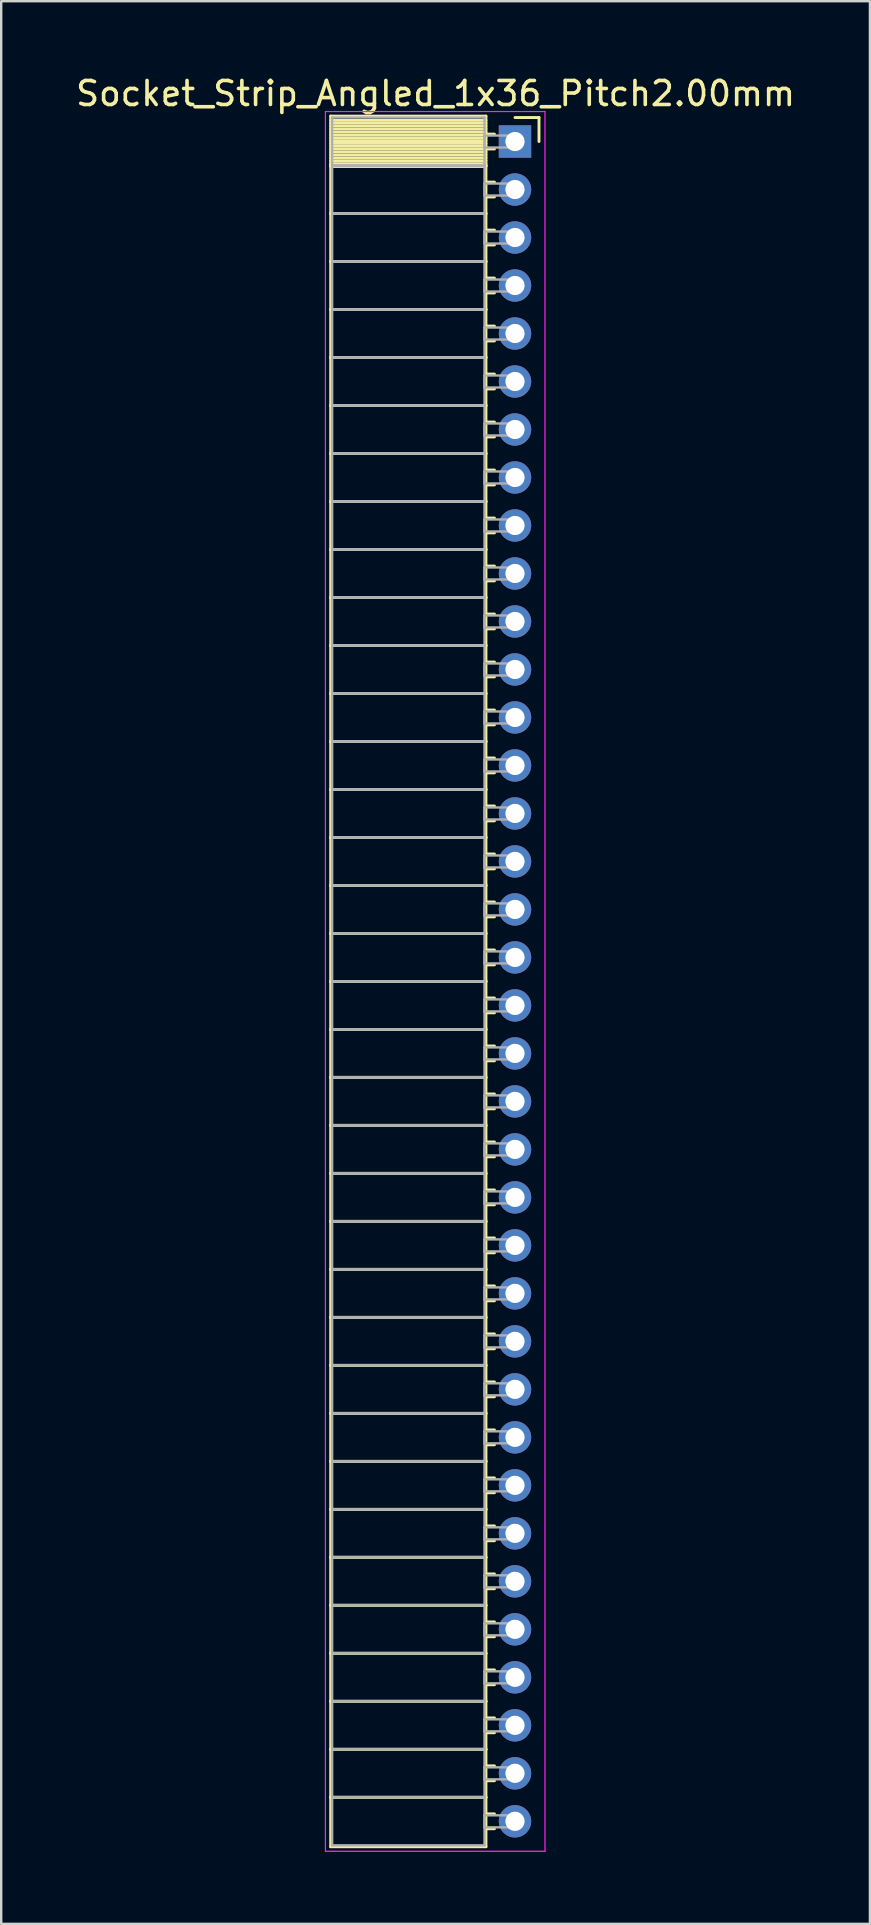
<source format=kicad_pcb>
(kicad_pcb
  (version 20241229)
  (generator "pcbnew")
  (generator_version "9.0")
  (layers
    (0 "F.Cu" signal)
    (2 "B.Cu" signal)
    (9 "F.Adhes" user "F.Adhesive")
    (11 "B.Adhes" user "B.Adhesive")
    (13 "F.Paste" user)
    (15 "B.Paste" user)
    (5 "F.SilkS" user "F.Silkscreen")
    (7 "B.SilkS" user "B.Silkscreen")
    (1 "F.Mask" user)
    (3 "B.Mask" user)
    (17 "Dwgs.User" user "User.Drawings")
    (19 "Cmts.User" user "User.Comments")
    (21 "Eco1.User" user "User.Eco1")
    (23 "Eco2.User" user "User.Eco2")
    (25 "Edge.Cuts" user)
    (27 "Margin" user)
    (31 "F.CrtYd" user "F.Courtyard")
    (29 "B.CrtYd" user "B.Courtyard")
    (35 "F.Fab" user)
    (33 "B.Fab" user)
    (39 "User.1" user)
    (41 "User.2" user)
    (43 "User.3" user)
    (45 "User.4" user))
  (footprint "Socket_Strip_Angled_1x36_Pitch2.00mm"
    (layer "F.Cu")
    (at 18.411 2.848)
    (property "Reference" "Socket_Strip_Angled_1x36_Pitch2.00mm" (at -3.31 -2 0) (layer "F.SilkS") (effects (font (size 1 1) (thickness 0.15))))
    (attr through_hole)
    (fp_line (start -7.68 -1.06) (end -1.21 -1.06) (stroke (width 0.12) (type solid)) (layer "F.SilkS"))
    (fp_line (start -7.68 1) (end -7.68 -1.06) (stroke (width 0.12) (type solid)) (layer "F.SilkS"))
    (fp_line (start -7.68 1) (end -1.21 1) (stroke (width 0.12) (type solid)) (layer "F.SilkS"))
    (fp_line (start -7.68 3) (end -7.68 1) (stroke (width 0.12) (type solid)) (layer "F.SilkS"))
    (fp_line (start -7.68 3) (end -1.21 3) (stroke (width 0.12) (type solid)) (layer "F.SilkS"))
    (fp_line (start -7.68 5) (end -7.68 3) (stroke (width 0.12) (type solid)) (layer "F.SilkS"))
    (fp_line (start -7.68 5) (end -1.21 5) (stroke (width 0.12) (type solid)) (layer "F.SilkS"))
    (fp_line (start -7.68 7) (end -7.68 5) (stroke (width 0.12) (type solid)) (layer "F.SilkS"))
    (fp_line (start -7.68 7) (end -1.21 7) (stroke (width 0.12) (type solid)) (layer "F.SilkS"))
    (fp_line (start -7.68 9) (end -7.68 7) (stroke (width 0.12) (type solid)) (layer "F.SilkS"))
    (fp_line (start -7.68 9) (end -1.21 9) (stroke (width 0.12) (type solid)) (layer "F.SilkS"))
    (fp_line (start -7.68 11) (end -7.68 9) (stroke (width 0.12) (type solid)) (layer "F.SilkS"))
    (fp_line (start -7.68 11) (end -1.21 11) (stroke (width 0.12) (type solid)) (layer "F.SilkS"))
    (fp_line (start -7.68 13) (end -7.68 11) (stroke (width 0.12) (type solid)) (layer "F.SilkS"))
    (fp_line (start -7.68 13) (end -1.21 13) (stroke (width 0.12) (type solid)) (layer "F.SilkS"))
    (fp_line (start -7.68 15) (end -7.68 13) (stroke (width 0.12) (type solid)) (layer "F.SilkS"))
    (fp_line (start -7.68 15) (end -1.21 15) (stroke (width 0.12) (type solid)) (layer "F.SilkS"))
    (fp_line (start -7.68 17) (end -7.68 15) (stroke (width 0.12) (type solid)) (layer "F.SilkS"))
    (fp_line (start -7.68 17) (end -1.21 17) (stroke (width 0.12) (type solid)) (layer "F.SilkS"))
    (fp_line (start -7.68 19) (end -7.68 17) (stroke (width 0.12) (type solid)) (layer "F.SilkS"))
    (fp_line (start -7.68 19) (end -1.21 19) (stroke (width 0.12) (type solid)) (layer "F.SilkS"))
    (fp_line (start -7.68 21) (end -7.68 19) (stroke (width 0.12) (type solid)) (layer "F.SilkS"))
    (fp_line (start -7.68 21) (end -1.21 21) (stroke (width 0.12) (type solid)) (layer "F.SilkS"))
    (fp_line (start -7.68 23) (end -7.68 21) (stroke (width 0.12) (type solid)) (layer "F.SilkS"))
    (fp_line (start -7.68 23) (end -1.21 23) (stroke (width 0.12) (type solid)) (layer "F.SilkS"))
    (fp_line (start -7.68 25) (end -7.68 23) (stroke (width 0.12) (type solid)) (layer "F.SilkS"))
    (fp_line (start -7.68 25) (end -1.21 25) (stroke (width 0.12) (type solid)) (layer "F.SilkS"))
    (fp_line (start -7.68 27) (end -7.68 25) (stroke (width 0.12) (type solid)) (layer "F.SilkS"))
    (fp_line (start -7.68 27) (end -1.21 27) (stroke (width 0.12) (type solid)) (layer "F.SilkS"))
    (fp_line (start -7.68 29) (end -7.68 27) (stroke (width 0.12) (type solid)) (layer "F.SilkS"))
    (fp_line (start -7.68 29) (end -1.21 29) (stroke (width 0.12) (type solid)) (layer "F.SilkS"))
    (fp_line (start -7.68 31) (end -7.68 29) (stroke (width 0.12) (type solid)) (layer "F.SilkS"))
    (fp_line (start -7.68 31) (end -1.21 31) (stroke (width 0.12) (type solid)) (layer "F.SilkS"))
    (fp_line (start -7.68 33) (end -7.68 31) (stroke (width 0.12) (type solid)) (layer "F.SilkS"))
    (fp_line (start -7.68 33) (end -1.21 33) (stroke (width 0.12) (type solid)) (layer "F.SilkS"))
    (fp_line (start -7.68 35) (end -7.68 33) (stroke (width 0.12) (type solid)) (layer "F.SilkS"))
    (fp_line (start -7.68 35) (end -1.21 35) (stroke (width 0.12) (type solid)) (layer "F.SilkS"))
    (fp_line (start -7.68 37) (end -7.68 35) (stroke (width 0.12) (type solid)) (layer "F.SilkS"))
    (fp_line (start -7.68 37) (end -1.21 37) (stroke (width 0.12) (type solid)) (layer "F.SilkS"))
    (fp_line (start -7.68 39) (end -7.68 37) (stroke (width 0.12) (type solid)) (layer "F.SilkS"))
    (fp_line (start -7.68 39) (end -1.21 39) (stroke (width 0.12) (type solid)) (layer "F.SilkS"))
    (fp_line (start -7.68 41) (end -7.68 39) (stroke (width 0.12) (type solid)) (layer "F.SilkS"))
    (fp_line (start -7.68 41) (end -1.21 41) (stroke (width 0.12) (type solid)) (layer "F.SilkS"))
    (fp_line (start -7.68 43) (end -7.68 41) (stroke (width 0.12) (type solid)) (layer "F.SilkS"))
    (fp_line (start -7.68 43) (end -1.21 43) (stroke (width 0.12) (type solid)) (layer "F.SilkS"))
    (fp_line (start -7.68 45) (end -7.68 43) (stroke (width 0.12) (type solid)) (layer "F.SilkS"))
    (fp_line (start -7.68 45) (end -1.21 45) (stroke (width 0.12) (type solid)) (layer "F.SilkS"))
    (fp_line (start -7.68 47) (end -7.68 45) (stroke (width 0.12) (type solid)) (layer "F.SilkS"))
    (fp_line (start -7.68 47) (end -1.21 47) (stroke (width 0.12) (type solid)) (layer "F.SilkS"))
    (fp_line (start -7.68 49) (end -7.68 47) (stroke (width 0.12) (type solid)) (layer "F.SilkS"))
    (fp_line (start -7.68 49) (end -1.21 49) (stroke (width 0.12) (type solid)) (layer "F.SilkS"))
    (fp_line (start -7.68 51) (end -7.68 49) (stroke (width 0.12) (type solid)) (layer "F.SilkS"))
    (fp_line (start -7.68 51) (end -1.21 51) (stroke (width 0.12) (type solid)) (layer "F.SilkS"))
    (fp_line (start -7.68 53) (end -7.68 51) (stroke (width 0.12) (type solid)) (layer "F.SilkS"))
    (fp_line (start -7.68 53) (end -1.21 53) (stroke (width 0.12) (type solid)) (layer "F.SilkS"))
    (fp_line (start -7.68 55) (end -7.68 53) (stroke (width 0.12) (type solid)) (layer "F.SilkS"))
    (fp_line (start -7.68 55) (end -1.21 55) (stroke (width 0.12) (type solid)) (layer "F.SilkS"))
    (fp_line (start -7.68 57) (end -7.68 55) (stroke (width 0.12) (type solid)) (layer "F.SilkS"))
    (fp_line (start -7.68 57) (end -1.21 57) (stroke (width 0.12) (type solid)) (layer "F.SilkS"))
    (fp_line (start -7.68 59) (end -7.68 57) (stroke (width 0.12) (type solid)) (layer "F.SilkS"))
    (fp_line (start -7.68 59) (end -1.21 59) (stroke (width 0.12) (type solid)) (layer "F.SilkS"))
    (fp_line (start -7.68 61) (end -7.68 59) (stroke (width 0.12) (type solid)) (layer "F.SilkS"))
    (fp_line (start -7.68 61) (end -1.21 61) (stroke (width 0.12) (type solid)) (layer "F.SilkS"))
    (fp_line (start -7.68 63) (end -7.68 61) (stroke (width 0.12) (type solid)) (layer "F.SilkS"))
    (fp_line (start -7.68 63) (end -1.21 63) (stroke (width 0.12) (type solid)) (layer "F.SilkS"))
    (fp_line (start -7.68 65) (end -7.68 63) (stroke (width 0.12) (type solid)) (layer "F.SilkS"))
    (fp_line (start -7.68 65) (end -1.21 65) (stroke (width 0.12) (type solid)) (layer "F.SilkS"))
    (fp_line (start -7.68 67) (end -7.68 65) (stroke (width 0.12) (type solid)) (layer "F.SilkS"))
    (fp_line (start -7.68 67) (end -1.21 67) (stroke (width 0.12) (type solid)) (layer "F.SilkS"))
    (fp_line (start -7.68 69) (end -7.68 67) (stroke (width 0.12) (type solid)) (layer "F.SilkS"))
    (fp_line (start -7.68 69) (end -1.21 69) (stroke (width 0.12) (type solid)) (layer "F.SilkS"))
    (fp_line (start -7.68 71.06) (end -7.68 69) (stroke (width 0.12) (type solid)) (layer "F.SilkS"))
    (fp_line (start -1.21 -1.06) (end -1.21 1) (stroke (width 0.12) (type solid)) (layer "F.SilkS"))
    (fp_line (start -1.21 -0.88) (end -7.68 -0.88) (stroke (width 0.12) (type solid)) (layer "F.SilkS"))
    (fp_line (start -1.21 -0.76) (end -7.68 -0.76) (stroke (width 0.12) (type solid)) (layer "F.SilkS"))
    (fp_line (start -1.21 -0.64) (end -7.68 -0.64) (stroke (width 0.12) (type solid)) (layer "F.SilkS"))
    (fp_line (start -1.21 -0.52) (end -7.68 -0.52) (stroke (width 0.12) (type solid)) (layer "F.SilkS"))
    (fp_line (start -1.21 -0.4) (end -7.68 -0.4) (stroke (width 0.12) (type solid)) (layer "F.SilkS"))
    (fp_line (start -1.21 -0.28) (end -7.68 -0.28) (stroke (width 0.12) (type solid)) (layer "F.SilkS"))
    (fp_line (start -1.21 -0.16) (end -7.68 -0.16) (stroke (width 0.12) (type solid)) (layer "F.SilkS"))
    (fp_line (start -1.21 -0.04) (end -7.68 -0.04) (stroke (width 0.12) (type solid)) (layer "F.SilkS"))
    (fp_line (start -1.21 0.08) (end -7.68 0.08) (stroke (width 0.12) (type solid)) (layer "F.SilkS"))
    (fp_line (start -1.21 0.2) (end -7.68 0.2) (stroke (width 0.12) (type solid)) (layer "F.SilkS"))
    (fp_line (start -1.21 0.32) (end -7.68 0.32) (stroke (width 0.12) (type solid)) (layer "F.SilkS"))
    (fp_line (start -1.21 0.44) (end -7.68 0.44) (stroke (width 0.12) (type solid)) (layer "F.SilkS"))
    (fp_line (start -1.21 0.56) (end -7.68 0.56) (stroke (width 0.12) (type solid)) (layer "F.SilkS"))
    (fp_line (start -1.21 0.68) (end -7.68 0.68) (stroke (width 0.12) (type solid)) (layer "F.SilkS"))
    (fp_line (start -1.21 0.8) (end -7.68 0.8) (stroke (width 0.12) (type solid)) (layer "F.SilkS"))
    (fp_line (start -1.21 0.92) (end -7.68 0.92) (stroke (width 0.12) (type solid)) (layer "F.SilkS"))
    (fp_line (start -1.21 1) (end -7.68 1) (stroke (width 0.12) (type solid)) (layer "F.SilkS"))
    (fp_line (start -1.21 1) (end -1.21 3) (stroke (width 0.12) (type solid)) (layer "F.SilkS"))
    (fp_line (start -1.21 1.04) (end -7.68 1.04) (stroke (width 0.12) (type solid)) (layer "F.SilkS"))
    (fp_line (start -1.21 3) (end -7.68 3) (stroke (width 0.12) (type solid)) (layer "F.SilkS"))
    (fp_line (start -1.21 3) (end -1.21 5) (stroke (width 0.12) (type solid)) (layer "F.SilkS"))
    (fp_line (start -1.21 5) (end -7.68 5) (stroke (width 0.12) (type solid)) (layer "F.SilkS"))
    (fp_line (start -1.21 5) (end -1.21 7) (stroke (width 0.12) (type solid)) (layer "F.SilkS"))
    (fp_line (start -1.21 7) (end -7.68 7) (stroke (width 0.12) (type solid)) (layer "F.SilkS"))
    (fp_line (start -1.21 7) (end -1.21 9) (stroke (width 0.12) (type solid)) (layer "F.SilkS"))
    (fp_line (start -1.21 9) (end -7.68 9) (stroke (width 0.12) (type solid)) (layer "F.SilkS"))
    (fp_line (start -1.21 9) (end -1.21 11) (stroke (width 0.12) (type solid)) (layer "F.SilkS"))
    (fp_line (start -1.21 11) (end -7.68 11) (stroke (width 0.12) (type solid)) (layer "F.SilkS"))
    (fp_line (start -1.21 11) (end -1.21 13) (stroke (width 0.12) (type solid)) (layer "F.SilkS"))
    (fp_line (start -1.21 13) (end -7.68 13) (stroke (width 0.12) (type solid)) (layer "F.SilkS"))
    (fp_line (start -1.21 13) (end -1.21 15) (stroke (width 0.12) (type solid)) (layer "F.SilkS"))
    (fp_line (start -1.21 15) (end -7.68 15) (stroke (width 0.12) (type solid)) (layer "F.SilkS"))
    (fp_line (start -1.21 15) (end -1.21 17) (stroke (width 0.12) (type solid)) (layer "F.SilkS"))
    (fp_line (start -1.21 17) (end -7.68 17) (stroke (width 0.12) (type solid)) (layer "F.SilkS"))
    (fp_line (start -1.21 17) (end -1.21 19) (stroke (width 0.12) (type solid)) (layer "F.SilkS"))
    (fp_line (start -1.21 19) (end -7.68 19) (stroke (width 0.12) (type solid)) (layer "F.SilkS"))
    (fp_line (start -1.21 19) (end -1.21 21) (stroke (width 0.12) (type solid)) (layer "F.SilkS"))
    (fp_line (start -1.21 21) (end -7.68 21) (stroke (width 0.12) (type solid)) (layer "F.SilkS"))
    (fp_line (start -1.21 21) (end -1.21 23) (stroke (width 0.12) (type solid)) (layer "F.SilkS"))
    (fp_line (start -1.21 23) (end -7.68 23) (stroke (width 0.12) (type solid)) (layer "F.SilkS"))
    (fp_line (start -1.21 23) (end -1.21 25) (stroke (width 0.12) (type solid)) (layer "F.SilkS"))
    (fp_line (start -1.21 25) (end -7.68 25) (stroke (width 0.12) (type solid)) (layer "F.SilkS"))
    (fp_line (start -1.21 25) (end -1.21 27) (stroke (width 0.12) (type solid)) (layer "F.SilkS"))
    (fp_line (start -1.21 27) (end -7.68 27) (stroke (width 0.12) (type solid)) (layer "F.SilkS"))
    (fp_line (start -1.21 27) (end -1.21 29) (stroke (width 0.12) (type solid)) (layer "F.SilkS"))
    (fp_line (start -1.21 29) (end -7.68 29) (stroke (width 0.12) (type solid)) (layer "F.SilkS"))
    (fp_line (start -1.21 29) (end -1.21 31) (stroke (width 0.12) (type solid)) (layer "F.SilkS"))
    (fp_line (start -1.21 31) (end -7.68 31) (stroke (width 0.12) (type solid)) (layer "F.SilkS"))
    (fp_line (start -1.21 31) (end -1.21 33) (stroke (width 0.12) (type solid)) (layer "F.SilkS"))
    (fp_line (start -1.21 33) (end -7.68 33) (stroke (width 0.12) (type solid)) (layer "F.SilkS"))
    (fp_line (start -1.21 33) (end -1.21 35) (stroke (width 0.12) (type solid)) (layer "F.SilkS"))
    (fp_line (start -1.21 35) (end -7.68 35) (stroke (width 0.12) (type solid)) (layer "F.SilkS"))
    (fp_line (start -1.21 35) (end -1.21 37) (stroke (width 0.12) (type solid)) (layer "F.SilkS"))
    (fp_line (start -1.21 37) (end -7.68 37) (stroke (width 0.12) (type solid)) (layer "F.SilkS"))
    (fp_line (start -1.21 37) (end -1.21 39) (stroke (width 0.12) (type solid)) (layer "F.SilkS"))
    (fp_line (start -1.21 39) (end -7.68 39) (stroke (width 0.12) (type solid)) (layer "F.SilkS"))
    (fp_line (start -1.21 39) (end -1.21 41) (stroke (width 0.12) (type solid)) (layer "F.SilkS"))
    (fp_line (start -1.21 41) (end -7.68 41) (stroke (width 0.12) (type solid)) (layer "F.SilkS"))
    (fp_line (start -1.21 41) (end -1.21 43) (stroke (width 0.12) (type solid)) (layer "F.SilkS"))
    (fp_line (start -1.21 43) (end -7.68 43) (stroke (width 0.12) (type solid)) (layer "F.SilkS"))
    (fp_line (start -1.21 43) (end -1.21 45) (stroke (width 0.12) (type solid)) (layer "F.SilkS"))
    (fp_line (start -1.21 45) (end -7.68 45) (stroke (width 0.12) (type solid)) (layer "F.SilkS"))
    (fp_line (start -1.21 45) (end -1.21 47) (stroke (width 0.12) (type solid)) (layer "F.SilkS"))
    (fp_line (start -1.21 47) (end -7.68 47) (stroke (width 0.12) (type solid)) (layer "F.SilkS"))
    (fp_line (start -1.21 47) (end -1.21 49) (stroke (width 0.12) (type solid)) (layer "F.SilkS"))
    (fp_line (start -1.21 49) (end -7.68 49) (stroke (width 0.12) (type solid)) (layer "F.SilkS"))
    (fp_line (start -1.21 49) (end -1.21 51) (stroke (width 0.12) (type solid)) (layer "F.SilkS"))
    (fp_line (start -1.21 51) (end -7.68 51) (stroke (width 0.12) (type solid)) (layer "F.SilkS"))
    (fp_line (start -1.21 51) (end -1.21 53) (stroke (width 0.12) (type solid)) (layer "F.SilkS"))
    (fp_line (start -1.21 53) (end -7.68 53) (stroke (width 0.12) (type solid)) (layer "F.SilkS"))
    (fp_line (start -1.21 53) (end -1.21 55) (stroke (width 0.12) (type solid)) (layer "F.SilkS"))
    (fp_line (start -1.21 55) (end -7.68 55) (stroke (width 0.12) (type solid)) (layer "F.SilkS"))
    (fp_line (start -1.21 55) (end -1.21 57) (stroke (width 0.12) (type solid)) (layer "F.SilkS"))
    (fp_line (start -1.21 57) (end -7.68 57) (stroke (width 0.12) (type solid)) (layer "F.SilkS"))
    (fp_line (start -1.21 57) (end -1.21 59) (stroke (width 0.12) (type solid)) (layer "F.SilkS"))
    (fp_line (start -1.21 59) (end -7.68 59) (stroke (width 0.12) (type solid)) (layer "F.SilkS"))
    (fp_line (start -1.21 59) (end -1.21 61) (stroke (width 0.12) (type solid)) (layer "F.SilkS"))
    (fp_line (start -1.21 61) (end -7.68 61) (stroke (width 0.12) (type solid)) (layer "F.SilkS"))
    (fp_line (start -1.21 61) (end -1.21 63) (stroke (width 0.12) (type solid)) (layer "F.SilkS"))
    (fp_line (start -1.21 63) (end -7.68 63) (stroke (width 0.12) (type solid)) (layer "F.SilkS"))
    (fp_line (start -1.21 63) (end -1.21 65) (stroke (width 0.12) (type solid)) (layer "F.SilkS"))
    (fp_line (start -1.21 65) (end -7.68 65) (stroke (width 0.12) (type solid)) (layer "F.SilkS"))
    (fp_line (start -1.21 65) (end -1.21 67) (stroke (width 0.12) (type solid)) (layer "F.SilkS"))
    (fp_line (start -1.21 67) (end -7.68 67) (stroke (width 0.12) (type solid)) (layer "F.SilkS"))
    (fp_line (start -1.21 67) (end -1.21 69) (stroke (width 0.12) (type solid)) (layer "F.SilkS"))
    (fp_line (start -1.21 69) (end -7.68 69) (stroke (width 0.12) (type solid)) (layer "F.SilkS"))
    (fp_line (start -1.21 69) (end -1.21 71.06) (stroke (width 0.12) (type solid)) (layer "F.SilkS"))
    (fp_line (start -1.21 71.06) (end -7.68 71.06) (stroke (width 0.12) (type solid)) (layer "F.SilkS"))
    (fp_line (start -0.855 -0.31) (end -1.21 -0.31) (stroke (width 0.12) (type solid)) (layer "F.SilkS"))
    (fp_line (start -0.855 0.31) (end -1.21 0.31) (stroke (width 0.12) (type solid)) (layer "F.SilkS"))
    (fp_line (start -0.855 1.69) (end -1.21 1.69) (stroke (width 0.12) (type solid)) (layer "F.SilkS"))
    (fp_line (start -0.855 2.31) (end -1.21 2.31) (stroke (width 0.12) (type solid)) (layer "F.SilkS"))
    (fp_line (start -0.855 3.69) (end -1.21 3.69) (stroke (width 0.12) (type solid)) (layer "F.SilkS"))
    (fp_line (start -0.855 4.31) (end -1.21 4.31) (stroke (width 0.12) (type solid)) (layer "F.SilkS"))
    (fp_line (start -0.855 5.69) (end -1.21 5.69) (stroke (width 0.12) (type solid)) (layer "F.SilkS"))
    (fp_line (start -0.855 6.31) (end -1.21 6.31) (stroke (width 0.12) (type solid)) (layer "F.SilkS"))
    (fp_line (start -0.855 7.69) (end -1.21 7.69) (stroke (width 0.12) (type solid)) (layer "F.SilkS"))
    (fp_line (start -0.855 8.31) (end -1.21 8.31) (stroke (width 0.12) (type solid)) (layer "F.SilkS"))
    (fp_line (start -0.855 9.69) (end -1.21 9.69) (stroke (width 0.12) (type solid)) (layer "F.SilkS"))
    (fp_line (start -0.855 10.31) (end -1.21 10.31) (stroke (width 0.12) (type solid)) (layer "F.SilkS"))
    (fp_line (start -0.855 11.69) (end -1.21 11.69) (stroke (width 0.12) (type solid)) (layer "F.SilkS"))
    (fp_line (start -0.855 12.31) (end -1.21 12.31) (stroke (width 0.12) (type solid)) (layer "F.SilkS"))
    (fp_line (start -0.855 13.69) (end -1.21 13.69) (stroke (width 0.12) (type solid)) (layer "F.SilkS"))
    (fp_line (start -0.855 14.31) (end -1.21 14.31) (stroke (width 0.12) (type solid)) (layer "F.SilkS"))
    (fp_line (start -0.855 15.69) (end -1.21 15.69) (stroke (width 0.12) (type solid)) (layer "F.SilkS"))
    (fp_line (start -0.855 16.31) (end -1.21 16.31) (stroke (width 0.12) (type solid)) (layer "F.SilkS"))
    (fp_line (start -0.855 17.69) (end -1.21 17.69) (stroke (width 0.12) (type solid)) (layer "F.SilkS"))
    (fp_line (start -0.855 18.31) (end -1.21 18.31) (stroke (width 0.12) (type solid)) (layer "F.SilkS"))
    (fp_line (start -0.855 19.69) (end -1.21 19.69) (stroke (width 0.12) (type solid)) (layer "F.SilkS"))
    (fp_line (start -0.855 20.31) (end -1.21 20.31) (stroke (width 0.12) (type solid)) (layer "F.SilkS"))
    (fp_line (start -0.855 21.69) (end -1.21 21.69) (stroke (width 0.12) (type solid)) (layer "F.SilkS"))
    (fp_line (start -0.855 22.31) (end -1.21 22.31) (stroke (width 0.12) (type solid)) (layer "F.SilkS"))
    (fp_line (start -0.855 23.69) (end -1.21 23.69) (stroke (width 0.12) (type solid)) (layer "F.SilkS"))
    (fp_line (start -0.855 24.31) (end -1.21 24.31) (stroke (width 0.12) (type solid)) (layer "F.SilkS"))
    (fp_line (start -0.855 25.69) (end -1.21 25.69) (stroke (width 0.12) (type solid)) (layer "F.SilkS"))
    (fp_line (start -0.855 26.31) (end -1.21 26.31) (stroke (width 0.12) (type solid)) (layer "F.SilkS"))
    (fp_line (start -0.855 27.69) (end -1.21 27.69) (stroke (width 0.12) (type solid)) (layer "F.SilkS"))
    (fp_line (start -0.855 28.31) (end -1.21 28.31) (stroke (width 0.12) (type solid)) (layer "F.SilkS"))
    (fp_line (start -0.855 29.69) (end -1.21 29.69) (stroke (width 0.12) (type solid)) (layer "F.SilkS"))
    (fp_line (start -0.855 30.31) (end -1.21 30.31) (stroke (width 0.12) (type solid)) (layer "F.SilkS"))
    (fp_line (start -0.855 31.69) (end -1.21 31.69) (stroke (width 0.12) (type solid)) (layer "F.SilkS"))
    (fp_line (start -0.855 32.31) (end -1.21 32.31) (stroke (width 0.12) (type solid)) (layer "F.SilkS"))
    (fp_line (start -0.855 33.69) (end -1.21 33.69) (stroke (width 0.12) (type solid)) (layer "F.SilkS"))
    (fp_line (start -0.855 34.31) (end -1.21 34.31) (stroke (width 0.12) (type solid)) (layer "F.SilkS"))
    (fp_line (start -0.855 35.69) (end -1.21 35.69) (stroke (width 0.12) (type solid)) (layer "F.SilkS"))
    (fp_line (start -0.855 36.31) (end -1.21 36.31) (stroke (width 0.12) (type solid)) (layer "F.SilkS"))
    (fp_line (start -0.855 37.69) (end -1.21 37.69) (stroke (width 0.12) (type solid)) (layer "F.SilkS"))
    (fp_line (start -0.855 38.31) (end -1.21 38.31) (stroke (width 0.12) (type solid)) (layer "F.SilkS"))
    (fp_line (start -0.855 39.69) (end -1.21 39.69) (stroke (width 0.12) (type solid)) (layer "F.SilkS"))
    (fp_line (start -0.855 40.31) (end -1.21 40.31) (stroke (width 0.12) (type solid)) (layer "F.SilkS"))
    (fp_line (start -0.855 41.69) (end -1.21 41.69) (stroke (width 0.12) (type solid)) (layer "F.SilkS"))
    (fp_line (start -0.855 42.31) (end -1.21 42.31) (stroke (width 0.12) (type solid)) (layer "F.SilkS"))
    (fp_line (start -0.855 43.69) (end -1.21 43.69) (stroke (width 0.12) (type solid)) (layer "F.SilkS"))
    (fp_line (start -0.855 44.31) (end -1.21 44.31) (stroke (width 0.12) (type solid)) (layer "F.SilkS"))
    (fp_line (start -0.855 45.69) (end -1.21 45.69) (stroke (width 0.12) (type solid)) (layer "F.SilkS"))
    (fp_line (start -0.855 46.31) (end -1.21 46.31) (stroke (width 0.12) (type solid)) (layer "F.SilkS"))
    (fp_line (start -0.855 47.69) (end -1.21 47.69) (stroke (width 0.12) (type solid)) (layer "F.SilkS"))
    (fp_line (start -0.855 48.31) (end -1.21 48.31) (stroke (width 0.12) (type solid)) (layer "F.SilkS"))
    (fp_line (start -0.855 49.69) (end -1.21 49.69) (stroke (width 0.12) (type solid)) (layer "F.SilkS"))
    (fp_line (start -0.855 50.31) (end -1.21 50.31) (stroke (width 0.12) (type solid)) (layer "F.SilkS"))
    (fp_line (start -0.855 51.69) (end -1.21 51.69) (stroke (width 0.12) (type solid)) (layer "F.SilkS"))
    (fp_line (start -0.855 52.31) (end -1.21 52.31) (stroke (width 0.12) (type solid)) (layer "F.SilkS"))
    (fp_line (start -0.855 53.69) (end -1.21 53.69) (stroke (width 0.12) (type solid)) (layer "F.SilkS"))
    (fp_line (start -0.855 54.31) (end -1.21 54.31) (stroke (width 0.12) (type solid)) (layer "F.SilkS"))
    (fp_line (start -0.855 55.69) (end -1.21 55.69) (stroke (width 0.12) (type solid)) (layer "F.SilkS"))
    (fp_line (start -0.855 56.31) (end -1.21 56.31) (stroke (width 0.12) (type solid)) (layer "F.SilkS"))
    (fp_line (start -0.855 57.69) (end -1.21 57.69) (stroke (width 0.12) (type solid)) (layer "F.SilkS"))
    (fp_line (start -0.855 58.31) (end -1.21 58.31) (stroke (width 0.12) (type solid)) (layer "F.SilkS"))
    (fp_line (start -0.855 59.69) (end -1.21 59.69) (stroke (width 0.12) (type solid)) (layer "F.SilkS"))
    (fp_line (start -0.855 60.31) (end -1.21 60.31) (stroke (width 0.12) (type solid)) (layer "F.SilkS"))
    (fp_line (start -0.855 61.69) (end -1.21 61.69) (stroke (width 0.12) (type solid)) (layer "F.SilkS"))
    (fp_line (start -0.855 62.31) (end -1.21 62.31) (stroke (width 0.12) (type solid)) (layer "F.SilkS"))
    (fp_line (start -0.855 63.69) (end -1.21 63.69) (stroke (width 0.12) (type solid)) (layer "F.SilkS"))
    (fp_line (start -0.855 64.31) (end -1.21 64.31) (stroke (width 0.12) (type solid)) (layer "F.SilkS"))
    (fp_line (start -0.855 65.69) (end -1.21 65.69) (stroke (width 0.12) (type solid)) (layer "F.SilkS"))
    (fp_line (start -0.855 66.31) (end -1.21 66.31) (stroke (width 0.12) (type solid)) (layer "F.SilkS"))
    (fp_line (start -0.855 67.69) (end -1.21 67.69) (stroke (width 0.12) (type solid)) (layer "F.SilkS"))
    (fp_line (start -0.855 68.31) (end -1.21 68.31) (stroke (width 0.12) (type solid)) (layer "F.SilkS"))
    (fp_line (start -0.855 69.69) (end -1.21 69.69) (stroke (width 0.12) (type solid)) (layer "F.SilkS"))
    (fp_line (start -0.855 70.31) (end -1.21 70.31) (stroke (width 0.12) (type solid)) (layer "F.SilkS"))
    (fp_line (start 0 -1) (end 1 -1) (stroke (width 0.12) (type solid)) (layer "F.SilkS"))
    (fp_line (start 1 -1) (end 1 0) (stroke (width 0.12) (type solid)) (layer "F.SilkS"))
    (fp_line (start -7.9 -1.25) (end 1.25 -1.25) (stroke (width 0.05) (type solid)) (layer "F.CrtYd"))
    (fp_line (start -7.9 71.25) (end -7.9 -1.25) (stroke (width 0.05) (type solid)) (layer "F.CrtYd"))
    (fp_line (start 1.25 -1.25) (end 1.25 71.25) (stroke (width 0.05) (type solid)) (layer "F.CrtYd"))
    (fp_line (start 1.25 71.25) (end -7.9 71.25) (stroke (width 0.05) (type solid)) (layer "F.CrtYd"))
    (fp_line (start -7.62 -1) (end -1.27 -1) (stroke (width 0.1) (type solid)) (layer "F.Fab"))
    (fp_line (start -7.62 1) (end -7.62 -1) (stroke (width 0.1) (type solid)) (layer "F.Fab"))
    (fp_line (start -7.62 1) (end -1.27 1) (stroke (width 0.1) (type solid)) (layer "F.Fab"))
    (fp_line (start -7.62 3) (end -7.62 1) (stroke (width 0.1) (type solid)) (layer "F.Fab"))
    (fp_line (start -7.62 3) (end -1.27 3) (stroke (width 0.1) (type solid)) (layer "F.Fab"))
    (fp_line (start -7.62 5) (end -7.62 3) (stroke (width 0.1) (type solid)) (layer "F.Fab"))
    (fp_line (start -7.62 5) (end -1.27 5) (stroke (width 0.1) (type solid)) (layer "F.Fab"))
    (fp_line (start -7.62 7) (end -7.62 5) (stroke (width 0.1) (type solid)) (layer "F.Fab"))
    (fp_line (start -7.62 7) (end -1.27 7) (stroke (width 0.1) (type solid)) (layer "F.Fab"))
    (fp_line (start -7.62 9) (end -7.62 7) (stroke (width 0.1) (type solid)) (layer "F.Fab"))
    (fp_line (start -7.62 9) (end -1.27 9) (stroke (width 0.1) (type solid)) (layer "F.Fab"))
    (fp_line (start -7.62 11) (end -7.62 9) (stroke (width 0.1) (type solid)) (layer "F.Fab"))
    (fp_line (start -7.62 11) (end -1.27 11) (stroke (width 0.1) (type solid)) (layer "F.Fab"))
    (fp_line (start -7.62 13) (end -7.62 11) (stroke (width 0.1) (type solid)) (layer "F.Fab"))
    (fp_line (start -7.62 13) (end -1.27 13) (stroke (width 0.1) (type solid)) (layer "F.Fab"))
    (fp_line (start -7.62 15) (end -7.62 13) (stroke (width 0.1) (type solid)) (layer "F.Fab"))
    (fp_line (start -7.62 15) (end -1.27 15) (stroke (width 0.1) (type solid)) (layer "F.Fab"))
    (fp_line (start -7.62 17) (end -7.62 15) (stroke (width 0.1) (type solid)) (layer "F.Fab"))
    (fp_line (start -7.62 17) (end -1.27 17) (stroke (width 0.1) (type solid)) (layer "F.Fab"))
    (fp_line (start -7.62 19) (end -7.62 17) (stroke (width 0.1) (type solid)) (layer "F.Fab"))
    (fp_line (start -7.62 19) (end -1.27 19) (stroke (width 0.1) (type solid)) (layer "F.Fab"))
    (fp_line (start -7.62 21) (end -7.62 19) (stroke (width 0.1) (type solid)) (layer "F.Fab"))
    (fp_line (start -7.62 21) (end -1.27 21) (stroke (width 0.1) (type solid)) (layer "F.Fab"))
    (fp_line (start -7.62 23) (end -7.62 21) (stroke (width 0.1) (type solid)) (layer "F.Fab"))
    (fp_line (start -7.62 23) (end -1.27 23) (stroke (width 0.1) (type solid)) (layer "F.Fab"))
    (fp_line (start -7.62 25) (end -7.62 23) (stroke (width 0.1) (type solid)) (layer "F.Fab"))
    (fp_line (start -7.62 25) (end -1.27 25) (stroke (width 0.1) (type solid)) (layer "F.Fab"))
    (fp_line (start -7.62 27) (end -7.62 25) (stroke (width 0.1) (type solid)) (layer "F.Fab"))
    (fp_line (start -7.62 27) (end -1.27 27) (stroke (width 0.1) (type solid)) (layer "F.Fab"))
    (fp_line (start -7.62 29) (end -7.62 27) (stroke (width 0.1) (type solid)) (layer "F.Fab"))
    (fp_line (start -7.62 29) (end -1.27 29) (stroke (width 0.1) (type solid)) (layer "F.Fab"))
    (fp_line (start -7.62 31) (end -7.62 29) (stroke (width 0.1) (type solid)) (layer "F.Fab"))
    (fp_line (start -7.62 31) (end -1.27 31) (stroke (width 0.1) (type solid)) (layer "F.Fab"))
    (fp_line (start -7.62 33) (end -7.62 31) (stroke (width 0.1) (type solid)) (layer "F.Fab"))
    (fp_line (start -7.62 33) (end -1.27 33) (stroke (width 0.1) (type solid)) (layer "F.Fab"))
    (fp_line (start -7.62 35) (end -7.62 33) (stroke (width 0.1) (type solid)) (layer "F.Fab"))
    (fp_line (start -7.62 35) (end -1.27 35) (stroke (width 0.1) (type solid)) (layer "F.Fab"))
    (fp_line (start -7.62 37) (end -7.62 35) (stroke (width 0.1) (type solid)) (layer "F.Fab"))
    (fp_line (start -7.62 37) (end -1.27 37) (stroke (width 0.1) (type solid)) (layer "F.Fab"))
    (fp_line (start -7.62 39) (end -7.62 37) (stroke (width 0.1) (type solid)) (layer "F.Fab"))
    (fp_line (start -7.62 39) (end -1.27 39) (stroke (width 0.1) (type solid)) (layer "F.Fab"))
    (fp_line (start -7.62 41) (end -7.62 39) (stroke (width 0.1) (type solid)) (layer "F.Fab"))
    (fp_line (start -7.62 41) (end -1.27 41) (stroke (width 0.1) (type solid)) (layer "F.Fab"))
    (fp_line (start -7.62 43) (end -7.62 41) (stroke (width 0.1) (type solid)) (layer "F.Fab"))
    (fp_line (start -7.62 43) (end -1.27 43) (stroke (width 0.1) (type solid)) (layer "F.Fab"))
    (fp_line (start -7.62 45) (end -7.62 43) (stroke (width 0.1) (type solid)) (layer "F.Fab"))
    (fp_line (start -7.62 45) (end -1.27 45) (stroke (width 0.1) (type solid)) (layer "F.Fab"))
    (fp_line (start -7.62 47) (end -7.62 45) (stroke (width 0.1) (type solid)) (layer "F.Fab"))
    (fp_line (start -7.62 47) (end -1.27 47) (stroke (width 0.1) (type solid)) (layer "F.Fab"))
    (fp_line (start -7.62 49) (end -7.62 47) (stroke (width 0.1) (type solid)) (layer "F.Fab"))
    (fp_line (start -7.62 49) (end -1.27 49) (stroke (width 0.1) (type solid)) (layer "F.Fab"))
    (fp_line (start -7.62 51) (end -7.62 49) (stroke (width 0.1) (type solid)) (layer "F.Fab"))
    (fp_line (start -7.62 51) (end -1.27 51) (stroke (width 0.1) (type solid)) (layer "F.Fab"))
    (fp_line (start -7.62 53) (end -7.62 51) (stroke (width 0.1) (type solid)) (layer "F.Fab"))
    (fp_line (start -7.62 53) (end -1.27 53) (stroke (width 0.1) (type solid)) (layer "F.Fab"))
    (fp_line (start -7.62 55) (end -7.62 53) (stroke (width 0.1) (type solid)) (layer "F.Fab"))
    (fp_line (start -7.62 55) (end -1.27 55) (stroke (width 0.1) (type solid)) (layer "F.Fab"))
    (fp_line (start -7.62 57) (end -7.62 55) (stroke (width 0.1) (type solid)) (layer "F.Fab"))
    (fp_line (start -7.62 57) (end -1.27 57) (stroke (width 0.1) (type solid)) (layer "F.Fab"))
    (fp_line (start -7.62 59) (end -7.62 57) (stroke (width 0.1) (type solid)) (layer "F.Fab"))
    (fp_line (start -7.62 59) (end -1.27 59) (stroke (width 0.1) (type solid)) (layer "F.Fab"))
    (fp_line (start -7.62 61) (end -7.62 59) (stroke (width 0.1) (type solid)) (layer "F.Fab"))
    (fp_line (start -7.62 61) (end -1.27 61) (stroke (width 0.1) (type solid)) (layer "F.Fab"))
    (fp_line (start -7.62 63) (end -7.62 61) (stroke (width 0.1) (type solid)) (layer "F.Fab"))
    (fp_line (start -7.62 63) (end -1.27 63) (stroke (width 0.1) (type solid)) (layer "F.Fab"))
    (fp_line (start -7.62 65) (end -7.62 63) (stroke (width 0.1) (type solid)) (layer "F.Fab"))
    (fp_line (start -7.62 65) (end -1.27 65) (stroke (width 0.1) (type solid)) (layer "F.Fab"))
    (fp_line (start -7.62 67) (end -7.62 65) (stroke (width 0.1) (type solid)) (layer "F.Fab"))
    (fp_line (start -7.62 67) (end -1.27 67) (stroke (width 0.1) (type solid)) (layer "F.Fab"))
    (fp_line (start -7.62 69) (end -7.62 67) (stroke (width 0.1) (type solid)) (layer "F.Fab"))
    (fp_line (start -7.62 69) (end -1.27 69) (stroke (width 0.1) (type solid)) (layer "F.Fab"))
    (fp_line (start -7.62 71) (end -7.62 69) (stroke (width 0.1) (type solid)) (layer "F.Fab"))
    (fp_line (start -1.27 -1) (end -1.27 1) (stroke (width 0.1) (type solid)) (layer "F.Fab"))
    (fp_line (start -1.27 -0.25) (end 0 -0.25) (stroke (width 0.1) (type solid)) (layer "F.Fab"))
    (fp_line (start -1.27 0.25) (end -1.27 -0.25) (stroke (width 0.1) (type solid)) (layer "F.Fab"))
    (fp_line (start -1.27 1) (end -7.62 1) (stroke (width 0.1) (type solid)) (layer "F.Fab"))
    (fp_line (start -1.27 1) (end -1.27 3) (stroke (width 0.1) (type solid)) (layer "F.Fab"))
    (fp_line (start -1.27 1.75) (end 0 1.75) (stroke (width 0.1) (type solid)) (layer "F.Fab"))
    (fp_line (start -1.27 2.25) (end -1.27 1.75) (stroke (width 0.1) (type solid)) (layer "F.Fab"))
    (fp_line (start -1.27 3) (end -7.62 3) (stroke (width 0.1) (type solid)) (layer "F.Fab"))
    (fp_line (start -1.27 3) (end -1.27 5) (stroke (width 0.1) (type solid)) (layer "F.Fab"))
    (fp_line (start -1.27 3.75) (end 0 3.75) (stroke (width 0.1) (type solid)) (layer "F.Fab"))
    (fp_line (start -1.27 4.25) (end -1.27 3.75) (stroke (width 0.1) (type solid)) (layer "F.Fab"))
    (fp_line (start -1.27 5) (end -7.62 5) (stroke (width 0.1) (type solid)) (layer "F.Fab"))
    (fp_line (start -1.27 5) (end -1.27 7) (stroke (width 0.1) (type solid)) (layer "F.Fab"))
    (fp_line (start -1.27 5.75) (end 0 5.75) (stroke (width 0.1) (type solid)) (layer "F.Fab"))
    (fp_line (start -1.27 6.25) (end -1.27 5.75) (stroke (width 0.1) (type solid)) (layer "F.Fab"))
    (fp_line (start -1.27 7) (end -7.62 7) (stroke (width 0.1) (type solid)) (layer "F.Fab"))
    (fp_line (start -1.27 7) (end -1.27 9) (stroke (width 0.1) (type solid)) (layer "F.Fab"))
    (fp_line (start -1.27 7.75) (end 0 7.75) (stroke (width 0.1) (type solid)) (layer "F.Fab"))
    (fp_line (start -1.27 8.25) (end -1.27 7.75) (stroke (width 0.1) (type solid)) (layer "F.Fab"))
    (fp_line (start -1.27 9) (end -7.62 9) (stroke (width 0.1) (type solid)) (layer "F.Fab"))
    (fp_line (start -1.27 9) (end -1.27 11) (stroke (width 0.1) (type solid)) (layer "F.Fab"))
    (fp_line (start -1.27 9.75) (end 0 9.75) (stroke (width 0.1) (type solid)) (layer "F.Fab"))
    (fp_line (start -1.27 10.25) (end -1.27 9.75) (stroke (width 0.1) (type solid)) (layer "F.Fab"))
    (fp_line (start -1.27 11) (end -7.62 11) (stroke (width 0.1) (type solid)) (layer "F.Fab"))
    (fp_line (start -1.27 11) (end -1.27 13) (stroke (width 0.1) (type solid)) (layer "F.Fab"))
    (fp_line (start -1.27 11.75) (end 0 11.75) (stroke (width 0.1) (type solid)) (layer "F.Fab"))
    (fp_line (start -1.27 12.25) (end -1.27 11.75) (stroke (width 0.1) (type solid)) (layer "F.Fab"))
    (fp_line (start -1.27 13) (end -7.62 13) (stroke (width 0.1) (type solid)) (layer "F.Fab"))
    (fp_line (start -1.27 13) (end -1.27 15) (stroke (width 0.1) (type solid)) (layer "F.Fab"))
    (fp_line (start -1.27 13.75) (end 0 13.75) (stroke (width 0.1) (type solid)) (layer "F.Fab"))
    (fp_line (start -1.27 14.25) (end -1.27 13.75) (stroke (width 0.1) (type solid)) (layer "F.Fab"))
    (fp_line (start -1.27 15) (end -7.62 15) (stroke (width 0.1) (type solid)) (layer "F.Fab"))
    (fp_line (start -1.27 15) (end -1.27 17) (stroke (width 0.1) (type solid)) (layer "F.Fab"))
    (fp_line (start -1.27 15.75) (end 0 15.75) (stroke (width 0.1) (type solid)) (layer "F.Fab"))
    (fp_line (start -1.27 16.25) (end -1.27 15.75) (stroke (width 0.1) (type solid)) (layer "F.Fab"))
    (fp_line (start -1.27 17) (end -7.62 17) (stroke (width 0.1) (type solid)) (layer "F.Fab"))
    (fp_line (start -1.27 17) (end -1.27 19) (stroke (width 0.1) (type solid)) (layer "F.Fab"))
    (fp_line (start -1.27 17.75) (end 0 17.75) (stroke (width 0.1) (type solid)) (layer "F.Fab"))
    (fp_line (start -1.27 18.25) (end -1.27 17.75) (stroke (width 0.1) (type solid)) (layer "F.Fab"))
    (fp_line (start -1.27 19) (end -7.62 19) (stroke (width 0.1) (type solid)) (layer "F.Fab"))
    (fp_line (start -1.27 19) (end -1.27 21) (stroke (width 0.1) (type solid)) (layer "F.Fab"))
    (fp_line (start -1.27 19.75) (end 0 19.75) (stroke (width 0.1) (type solid)) (layer "F.Fab"))
    (fp_line (start -1.27 20.25) (end -1.27 19.75) (stroke (width 0.1) (type solid)) (layer "F.Fab"))
    (fp_line (start -1.27 21) (end -7.62 21) (stroke (width 0.1) (type solid)) (layer "F.Fab"))
    (fp_line (start -1.27 21) (end -1.27 23) (stroke (width 0.1) (type solid)) (layer "F.Fab"))
    (fp_line (start -1.27 21.75) (end 0 21.75) (stroke (width 0.1) (type solid)) (layer "F.Fab"))
    (fp_line (start -1.27 22.25) (end -1.27 21.75) (stroke (width 0.1) (type solid)) (layer "F.Fab"))
    (fp_line (start -1.27 23) (end -7.62 23) (stroke (width 0.1) (type solid)) (layer "F.Fab"))
    (fp_line (start -1.27 23) (end -1.27 25) (stroke (width 0.1) (type solid)) (layer "F.Fab"))
    (fp_line (start -1.27 23.75) (end 0 23.75) (stroke (width 0.1) (type solid)) (layer "F.Fab"))
    (fp_line (start -1.27 24.25) (end -1.27 23.75) (stroke (width 0.1) (type solid)) (layer "F.Fab"))
    (fp_line (start -1.27 25) (end -7.62 25) (stroke (width 0.1) (type solid)) (layer "F.Fab"))
    (fp_line (start -1.27 25) (end -1.27 27) (stroke (width 0.1) (type solid)) (layer "F.Fab"))
    (fp_line (start -1.27 25.75) (end 0 25.75) (stroke (width 0.1) (type solid)) (layer "F.Fab"))
    (fp_line (start -1.27 26.25) (end -1.27 25.75) (stroke (width 0.1) (type solid)) (layer "F.Fab"))
    (fp_line (start -1.27 27) (end -7.62 27) (stroke (width 0.1) (type solid)) (layer "F.Fab"))
    (fp_line (start -1.27 27) (end -1.27 29) (stroke (width 0.1) (type solid)) (layer "F.Fab"))
    (fp_line (start -1.27 27.75) (end 0 27.75) (stroke (width 0.1) (type solid)) (layer "F.Fab"))
    (fp_line (start -1.27 28.25) (end -1.27 27.75) (stroke (width 0.1) (type solid)) (layer "F.Fab"))
    (fp_line (start -1.27 29) (end -7.62 29) (stroke (width 0.1) (type solid)) (layer "F.Fab"))
    (fp_line (start -1.27 29) (end -1.27 31) (stroke (width 0.1) (type solid)) (layer "F.Fab"))
    (fp_line (start -1.27 29.75) (end 0 29.75) (stroke (width 0.1) (type solid)) (layer "F.Fab"))
    (fp_line (start -1.27 30.25) (end -1.27 29.75) (stroke (width 0.1) (type solid)) (layer "F.Fab"))
    (fp_line (start -1.27 31) (end -7.62 31) (stroke (width 0.1) (type solid)) (layer "F.Fab"))
    (fp_line (start -1.27 31) (end -1.27 33) (stroke (width 0.1) (type solid)) (layer "F.Fab"))
    (fp_line (start -1.27 31.75) (end 0 31.75) (stroke (width 0.1) (type solid)) (layer "F.Fab"))
    (fp_line (start -1.27 32.25) (end -1.27 31.75) (stroke (width 0.1) (type solid)) (layer "F.Fab"))
    (fp_line (start -1.27 33) (end -7.62 33) (stroke (width 0.1) (type solid)) (layer "F.Fab"))
    (fp_line (start -1.27 33) (end -1.27 35) (stroke (width 0.1) (type solid)) (layer "F.Fab"))
    (fp_line (start -1.27 33.75) (end 0 33.75) (stroke (width 0.1) (type solid)) (layer "F.Fab"))
    (fp_line (start -1.27 34.25) (end -1.27 33.75) (stroke (width 0.1) (type solid)) (layer "F.Fab"))
    (fp_line (start -1.27 35) (end -7.62 35) (stroke (width 0.1) (type solid)) (layer "F.Fab"))
    (fp_line (start -1.27 35) (end -1.27 37) (stroke (width 0.1) (type solid)) (layer "F.Fab"))
    (fp_line (start -1.27 35.75) (end 0 35.75) (stroke (width 0.1) (type solid)) (layer "F.Fab"))
    (fp_line (start -1.27 36.25) (end -1.27 35.75) (stroke (width 0.1) (type solid)) (layer "F.Fab"))
    (fp_line (start -1.27 37) (end -7.62 37) (stroke (width 0.1) (type solid)) (layer "F.Fab"))
    (fp_line (start -1.27 37) (end -1.27 39) (stroke (width 0.1) (type solid)) (layer "F.Fab"))
    (fp_line (start -1.27 37.75) (end 0 37.75) (stroke (width 0.1) (type solid)) (layer "F.Fab"))
    (fp_line (start -1.27 38.25) (end -1.27 37.75) (stroke (width 0.1) (type solid)) (layer "F.Fab"))
    (fp_line (start -1.27 39) (end -7.62 39) (stroke (width 0.1) (type solid)) (layer "F.Fab"))
    (fp_line (start -1.27 39) (end -1.27 41) (stroke (width 0.1) (type solid)) (layer "F.Fab"))
    (fp_line (start -1.27 39.75) (end 0 39.75) (stroke (width 0.1) (type solid)) (layer "F.Fab"))
    (fp_line (start -1.27 40.25) (end -1.27 39.75) (stroke (width 0.1) (type solid)) (layer "F.Fab"))
    (fp_line (start -1.27 41) (end -7.62 41) (stroke (width 0.1) (type solid)) (layer "F.Fab"))
    (fp_line (start -1.27 41) (end -1.27 43) (stroke (width 0.1) (type solid)) (layer "F.Fab"))
    (fp_line (start -1.27 41.75) (end 0 41.75) (stroke (width 0.1) (type solid)) (layer "F.Fab"))
    (fp_line (start -1.27 42.25) (end -1.27 41.75) (stroke (width 0.1) (type solid)) (layer "F.Fab"))
    (fp_line (start -1.27 43) (end -7.62 43) (stroke (width 0.1) (type solid)) (layer "F.Fab"))
    (fp_line (start -1.27 43) (end -1.27 45) (stroke (width 0.1) (type solid)) (layer "F.Fab"))
    (fp_line (start -1.27 43.75) (end 0 43.75) (stroke (width 0.1) (type solid)) (layer "F.Fab"))
    (fp_line (start -1.27 44.25) (end -1.27 43.75) (stroke (width 0.1) (type solid)) (layer "F.Fab"))
    (fp_line (start -1.27 45) (end -7.62 45) (stroke (width 0.1) (type solid)) (layer "F.Fab"))
    (fp_line (start -1.27 45) (end -1.27 47) (stroke (width 0.1) (type solid)) (layer "F.Fab"))
    (fp_line (start -1.27 45.75) (end 0 45.75) (stroke (width 0.1) (type solid)) (layer "F.Fab"))
    (fp_line (start -1.27 46.25) (end -1.27 45.75) (stroke (width 0.1) (type solid)) (layer "F.Fab"))
    (fp_line (start -1.27 47) (end -7.62 47) (stroke (width 0.1) (type solid)) (layer "F.Fab"))
    (fp_line (start -1.27 47) (end -1.27 49) (stroke (width 0.1) (type solid)) (layer "F.Fab"))
    (fp_line (start -1.27 47.75) (end 0 47.75) (stroke (width 0.1) (type solid)) (layer "F.Fab"))
    (fp_line (start -1.27 48.25) (end -1.27 47.75) (stroke (width 0.1) (type solid)) (layer "F.Fab"))
    (fp_line (start -1.27 49) (end -7.62 49) (stroke (width 0.1) (type solid)) (layer "F.Fab"))
    (fp_line (start -1.27 49) (end -1.27 51) (stroke (width 0.1) (type solid)) (layer "F.Fab"))
    (fp_line (start -1.27 49.75) (end 0 49.75) (stroke (width 0.1) (type solid)) (layer "F.Fab"))
    (fp_line (start -1.27 50.25) (end -1.27 49.75) (stroke (width 0.1) (type solid)) (layer "F.Fab"))
    (fp_line (start -1.27 51) (end -7.62 51) (stroke (width 0.1) (type solid)) (layer "F.Fab"))
    (fp_line (start -1.27 51) (end -1.27 53) (stroke (width 0.1) (type solid)) (layer "F.Fab"))
    (fp_line (start -1.27 51.75) (end 0 51.75) (stroke (width 0.1) (type solid)) (layer "F.Fab"))
    (fp_line (start -1.27 52.25) (end -1.27 51.75) (stroke (width 0.1) (type solid)) (layer "F.Fab"))
    (fp_line (start -1.27 53) (end -7.62 53) (stroke (width 0.1) (type solid)) (layer "F.Fab"))
    (fp_line (start -1.27 53) (end -1.27 55) (stroke (width 0.1) (type solid)) (layer "F.Fab"))
    (fp_line (start -1.27 53.75) (end 0 53.75) (stroke (width 0.1) (type solid)) (layer "F.Fab"))
    (fp_line (start -1.27 54.25) (end -1.27 53.75) (stroke (width 0.1) (type solid)) (layer "F.Fab"))
    (fp_line (start -1.27 55) (end -7.62 55) (stroke (width 0.1) (type solid)) (layer "F.Fab"))
    (fp_line (start -1.27 55) (end -1.27 57) (stroke (width 0.1) (type solid)) (layer "F.Fab"))
    (fp_line (start -1.27 55.75) (end 0 55.75) (stroke (width 0.1) (type solid)) (layer "F.Fab"))
    (fp_line (start -1.27 56.25) (end -1.27 55.75) (stroke (width 0.1) (type solid)) (layer "F.Fab"))
    (fp_line (start -1.27 57) (end -7.62 57) (stroke (width 0.1) (type solid)) (layer "F.Fab"))
    (fp_line (start -1.27 57) (end -1.27 59) (stroke (width 0.1) (type solid)) (layer "F.Fab"))
    (fp_line (start -1.27 57.75) (end 0 57.75) (stroke (width 0.1) (type solid)) (layer "F.Fab"))
    (fp_line (start -1.27 58.25) (end -1.27 57.75) (stroke (width 0.1) (type solid)) (layer "F.Fab"))
    (fp_line (start -1.27 59) (end -7.62 59) (stroke (width 0.1) (type solid)) (layer "F.Fab"))
    (fp_line (start -1.27 59) (end -1.27 61) (stroke (width 0.1) (type solid)) (layer "F.Fab"))
    (fp_line (start -1.27 59.75) (end 0 59.75) (stroke (width 0.1) (type solid)) (layer "F.Fab"))
    (fp_line (start -1.27 60.25) (end -1.27 59.75) (stroke (width 0.1) (type solid)) (layer "F.Fab"))
    (fp_line (start -1.27 61) (end -7.62 61) (stroke (width 0.1) (type solid)) (layer "F.Fab"))
    (fp_line (start -1.27 61) (end -1.27 63) (stroke (width 0.1) (type solid)) (layer "F.Fab"))
    (fp_line (start -1.27 61.75) (end 0 61.75) (stroke (width 0.1) (type solid)) (layer "F.Fab"))
    (fp_line (start -1.27 62.25) (end -1.27 61.75) (stroke (width 0.1) (type solid)) (layer "F.Fab"))
    (fp_line (start -1.27 63) (end -7.62 63) (stroke (width 0.1) (type solid)) (layer "F.Fab"))
    (fp_line (start -1.27 63) (end -1.27 65) (stroke (width 0.1) (type solid)) (layer "F.Fab"))
    (fp_line (start -1.27 63.75) (end 0 63.75) (stroke (width 0.1) (type solid)) (layer "F.Fab"))
    (fp_line (start -1.27 64.25) (end -1.27 63.75) (stroke (width 0.1) (type solid)) (layer "F.Fab"))
    (fp_line (start -1.27 65) (end -7.62 65) (stroke (width 0.1) (type solid)) (layer "F.Fab"))
    (fp_line (start -1.27 65) (end -1.27 67) (stroke (width 0.1) (type solid)) (layer "F.Fab"))
    (fp_line (start -1.27 65.75) (end 0 65.75) (stroke (width 0.1) (type solid)) (layer "F.Fab"))
    (fp_line (start -1.27 66.25) (end -1.27 65.75) (stroke (width 0.1) (type solid)) (layer "F.Fab"))
    (fp_line (start -1.27 67) (end -7.62 67) (stroke (width 0.1) (type solid)) (layer "F.Fab"))
    (fp_line (start -1.27 67) (end -1.27 69) (stroke (width 0.1) (type solid)) (layer "F.Fab"))
    (fp_line (start -1.27 67.75) (end 0 67.75) (stroke (width 0.1) (type solid)) (layer "F.Fab"))
    (fp_line (start -1.27 68.25) (end -1.27 67.75) (stroke (width 0.1) (type solid)) (layer "F.Fab"))
    (fp_line (start -1.27 69) (end -7.62 69) (stroke (width 0.1) (type solid)) (layer "F.Fab"))
    (fp_line (start -1.27 69) (end -1.27 71) (stroke (width 0.1) (type solid)) (layer "F.Fab"))
    (fp_line (start -1.27 69.75) (end 0 69.75) (stroke (width 0.1) (type solid)) (layer "F.Fab"))
    (fp_line (start -1.27 70.25) (end -1.27 69.75) (stroke (width 0.1) (type solid)) (layer "F.Fab"))
    (fp_line (start -1.27 71) (end -7.62 71) (stroke (width 0.1) (type solid)) (layer "F.Fab"))
    (fp_line (start 0 -0.25) (end 0 0.25) (stroke (width 0.1) (type solid)) (layer "F.Fab"))
    (fp_line (start 0 0.25) (end -1.27 0.25) (stroke (width 0.1) (type solid)) (layer "F.Fab"))
    (fp_line (start 0 1.75) (end 0 2.25) (stroke (width 0.1) (type solid)) (layer "F.Fab"))
    (fp_line (start 0 2.25) (end -1.27 2.25) (stroke (width 0.1) (type solid)) (layer "F.Fab"))
    (fp_line (start 0 3.75) (end 0 4.25) (stroke (width 0.1) (type solid)) (layer "F.Fab"))
    (fp_line (start 0 4.25) (end -1.27 4.25) (stroke (width 0.1) (type solid)) (layer "F.Fab"))
    (fp_line (start 0 5.75) (end 0 6.25) (stroke (width 0.1) (type solid)) (layer "F.Fab"))
    (fp_line (start 0 6.25) (end -1.27 6.25) (stroke (width 0.1) (type solid)) (layer "F.Fab"))
    (fp_line (start 0 7.75) (end 0 8.25) (stroke (width 0.1) (type solid)) (layer "F.Fab"))
    (fp_line (start 0 8.25) (end -1.27 8.25) (stroke (width 0.1) (type solid)) (layer "F.Fab"))
    (fp_line (start 0 9.75) (end 0 10.25) (stroke (width 0.1) (type solid)) (layer "F.Fab"))
    (fp_line (start 0 10.25) (end -1.27 10.25) (stroke (width 0.1) (type solid)) (layer "F.Fab"))
    (fp_line (start 0 11.75) (end 0 12.25) (stroke (width 0.1) (type solid)) (layer "F.Fab"))
    (fp_line (start 0 12.25) (end -1.27 12.25) (stroke (width 0.1) (type solid)) (layer "F.Fab"))
    (fp_line (start 0 13.75) (end 0 14.25) (stroke (width 0.1) (type solid)) (layer "F.Fab"))
    (fp_line (start 0 14.25) (end -1.27 14.25) (stroke (width 0.1) (type solid)) (layer "F.Fab"))
    (fp_line (start 0 15.75) (end 0 16.25) (stroke (width 0.1) (type solid)) (layer "F.Fab"))
    (fp_line (start 0 16.25) (end -1.27 16.25) (stroke (width 0.1) (type solid)) (layer "F.Fab"))
    (fp_line (start 0 17.75) (end 0 18.25) (stroke (width 0.1) (type solid)) (layer "F.Fab"))
    (fp_line (start 0 18.25) (end -1.27 18.25) (stroke (width 0.1) (type solid)) (layer "F.Fab"))
    (fp_line (start 0 19.75) (end 0 20.25) (stroke (width 0.1) (type solid)) (layer "F.Fab"))
    (fp_line (start 0 20.25) (end -1.27 20.25) (stroke (width 0.1) (type solid)) (layer "F.Fab"))
    (fp_line (start 0 21.75) (end 0 22.25) (stroke (width 0.1) (type solid)) (layer "F.Fab"))
    (fp_line (start 0 22.25) (end -1.27 22.25) (stroke (width 0.1) (type solid)) (layer "F.Fab"))
    (fp_line (start 0 23.75) (end 0 24.25) (stroke (width 0.1) (type solid)) (layer "F.Fab"))
    (fp_line (start 0 24.25) (end -1.27 24.25) (stroke (width 0.1) (type solid)) (layer "F.Fab"))
    (fp_line (start 0 25.75) (end 0 26.25) (stroke (width 0.1) (type solid)) (layer "F.Fab"))
    (fp_line (start 0 26.25) (end -1.27 26.25) (stroke (width 0.1) (type solid)) (layer "F.Fab"))
    (fp_line (start 0 27.75) (end 0 28.25) (stroke (width 0.1) (type solid)) (layer "F.Fab"))
    (fp_line (start 0 28.25) (end -1.27 28.25) (stroke (width 0.1) (type solid)) (layer "F.Fab"))
    (fp_line (start 0 29.75) (end 0 30.25) (stroke (width 0.1) (type solid)) (layer "F.Fab"))
    (fp_line (start 0 30.25) (end -1.27 30.25) (stroke (width 0.1) (type solid)) (layer "F.Fab"))
    (fp_line (start 0 31.75) (end 0 32.25) (stroke (width 0.1) (type solid)) (layer "F.Fab"))
    (fp_line (start 0 32.25) (end -1.27 32.25) (stroke (width 0.1) (type solid)) (layer "F.Fab"))
    (fp_line (start 0 33.75) (end 0 34.25) (stroke (width 0.1) (type solid)) (layer "F.Fab"))
    (fp_line (start 0 34.25) (end -1.27 34.25) (stroke (width 0.1) (type solid)) (layer "F.Fab"))
    (fp_line (start 0 35.75) (end 0 36.25) (stroke (width 0.1) (type solid)) (layer "F.Fab"))
    (fp_line (start 0 36.25) (end -1.27 36.25) (stroke (width 0.1) (type solid)) (layer "F.Fab"))
    (fp_line (start 0 37.75) (end 0 38.25) (stroke (width 0.1) (type solid)) (layer "F.Fab"))
    (fp_line (start 0 38.25) (end -1.27 38.25) (stroke (width 0.1) (type solid)) (layer "F.Fab"))
    (fp_line (start 0 39.75) (end 0 40.25) (stroke (width 0.1) (type solid)) (layer "F.Fab"))
    (fp_line (start 0 40.25) (end -1.27 40.25) (stroke (width 0.1) (type solid)) (layer "F.Fab"))
    (fp_line (start 0 41.75) (end 0 42.25) (stroke (width 0.1) (type solid)) (layer "F.Fab"))
    (fp_line (start 0 42.25) (end -1.27 42.25) (stroke (width 0.1) (type solid)) (layer "F.Fab"))
    (fp_line (start 0 43.75) (end 0 44.25) (stroke (width 0.1) (type solid)) (layer "F.Fab"))
    (fp_line (start 0 44.25) (end -1.27 44.25) (stroke (width 0.1) (type solid)) (layer "F.Fab"))
    (fp_line (start 0 45.75) (end 0 46.25) (stroke (width 0.1) (type solid)) (layer "F.Fab"))
    (fp_line (start 0 46.25) (end -1.27 46.25) (stroke (width 0.1) (type solid)) (layer "F.Fab"))
    (fp_line (start 0 47.75) (end 0 48.25) (stroke (width 0.1) (type solid)) (layer "F.Fab"))
    (fp_line (start 0 48.25) (end -1.27 48.25) (stroke (width 0.1) (type solid)) (layer "F.Fab"))
    (fp_line (start 0 49.75) (end 0 50.25) (stroke (width 0.1) (type solid)) (layer "F.Fab"))
    (fp_line (start 0 50.25) (end -1.27 50.25) (stroke (width 0.1) (type solid)) (layer "F.Fab"))
    (fp_line (start 0 51.75) (end 0 52.25) (stroke (width 0.1) (type solid)) (layer "F.Fab"))
    (fp_line (start 0 52.25) (end -1.27 52.25) (stroke (width 0.1) (type solid)) (layer "F.Fab"))
    (fp_line (start 0 53.75) (end 0 54.25) (stroke (width 0.1) (type solid)) (layer "F.Fab"))
    (fp_line (start 0 54.25) (end -1.27 54.25) (stroke (width 0.1) (type solid)) (layer "F.Fab"))
    (fp_line (start 0 55.75) (end 0 56.25) (stroke (width 0.1) (type solid)) (layer "F.Fab"))
    (fp_line (start 0 56.25) (end -1.27 56.25) (stroke (width 0.1) (type solid)) (layer "F.Fab"))
    (fp_line (start 0 57.75) (end 0 58.25) (stroke (width 0.1) (type solid)) (layer "F.Fab"))
    (fp_line (start 0 58.25) (end -1.27 58.25) (stroke (width 0.1) (type solid)) (layer "F.Fab"))
    (fp_line (start 0 59.75) (end 0 60.25) (stroke (width 0.1) (type solid)) (layer "F.Fab"))
    (fp_line (start 0 60.25) (end -1.27 60.25) (stroke (width 0.1) (type solid)) (layer "F.Fab"))
    (fp_line (start 0 61.75) (end 0 62.25) (stroke (width 0.1) (type solid)) (layer "F.Fab"))
    (fp_line (start 0 62.25) (end -1.27 62.25) (stroke (width 0.1) (type solid)) (layer "F.Fab"))
    (fp_line (start 0 63.75) (end 0 64.25) (stroke (width 0.1) (type solid)) (layer "F.Fab"))
    (fp_line (start 0 64.25) (end -1.27 64.25) (stroke (width 0.1) (type solid)) (layer "F.Fab"))
    (fp_line (start 0 65.75) (end 0 66.25) (stroke (width 0.1) (type solid)) (layer "F.Fab"))
    (fp_line (start 0 66.25) (end -1.27 66.25) (stroke (width 0.1) (type solid)) (layer "F.Fab"))
    (fp_line (start 0 67.75) (end 0 68.25) (stroke (width 0.1) (type solid)) (layer "F.Fab"))
    (fp_line (start 0 68.25) (end -1.27 68.25) (stroke (width 0.1) (type solid)) (layer "F.Fab"))
    (fp_line (start 0 69.75) (end 0 70.25) (stroke (width 0.1) (type solid)) (layer "F.Fab"))
    (fp_line (start 0 70.25) (end -1.27 70.25) (stroke (width 0.1) (type solid)) (layer "F.Fab"))
    (pad "1" thru_hole rect (at 0 0) (size 1.35 1.35) (drill 0.8) (layers "*.Cu" "*.Mask"))
    (pad "2" thru_hole oval (at 0 2) (size 1.35 1.35) (drill 0.8) (layers "*.Cu" "*.Mask"))
    (pad "3" thru_hole oval (at 0 4) (size 1.35 1.35) (drill 0.8) (layers "*.Cu" "*.Mask"))
    (pad "4" thru_hole oval (at 0 6) (size 1.35 1.35) (drill 0.8) (layers "*.Cu" "*.Mask"))
    (pad "5" thru_hole oval (at 0 8) (size 1.35 1.35) (drill 0.8) (layers "*.Cu" "*.Mask"))
    (pad "6" thru_hole oval (at 0 10) (size 1.35 1.35) (drill 0.8) (layers "*.Cu" "*.Mask"))
    (pad "7" thru_hole oval (at 0 12) (size 1.35 1.35) (drill 0.8) (layers "*.Cu" "*.Mask"))
    (pad "8" thru_hole oval (at 0 14) (size 1.35 1.35) (drill 0.8) (layers "*.Cu" "*.Mask"))
    (pad "9" thru_hole oval (at 0 16) (size 1.35 1.35) (drill 0.8) (layers "*.Cu" "*.Mask"))
    (pad "10" thru_hole oval (at 0 18) (size 1.35 1.35) (drill 0.8) (layers "*.Cu" "*.Mask"))
    (pad "11" thru_hole oval (at 0 20) (size 1.35 1.35) (drill 0.8) (layers "*.Cu" "*.Mask"))
    (pad "12" thru_hole oval (at 0 22) (size 1.35 1.35) (drill 0.8) (layers "*.Cu" "*.Mask"))
    (pad "13" thru_hole oval (at 0 24) (size 1.35 1.35) (drill 0.8) (layers "*.Cu" "*.Mask"))
    (pad "14" thru_hole oval (at 0 26) (size 1.35 1.35) (drill 0.8) (layers "*.Cu" "*.Mask"))
    (pad "15" thru_hole oval (at 0 28) (size 1.35 1.35) (drill 0.8) (layers "*.Cu" "*.Mask"))
    (pad "16" thru_hole oval (at 0 30) (size 1.35 1.35) (drill 0.8) (layers "*.Cu" "*.Mask"))
    (pad "17" thru_hole oval (at 0 32) (size 1.35 1.35) (drill 0.8) (layers "*.Cu" "*.Mask"))
    (pad "18" thru_hole oval (at 0 34) (size 1.35 1.35) (drill 0.8) (layers "*.Cu" "*.Mask"))
    (pad "19" thru_hole oval (at 0 36) (size 1.35 1.35) (drill 0.8) (layers "*.Cu" "*.Mask"))
    (pad "20" thru_hole oval (at 0 38) (size 1.35 1.35) (drill 0.8) (layers "*.Cu" "*.Mask"))
    (pad "21" thru_hole oval (at 0 40) (size 1.35 1.35) (drill 0.8) (layers "*.Cu" "*.Mask"))
    (pad "22" thru_hole oval (at 0 42) (size 1.35 1.35) (drill 0.8) (layers "*.Cu" "*.Mask"))
    (pad "23" thru_hole oval (at 0 44) (size 1.35 1.35) (drill 0.8) (layers "*.Cu" "*.Mask"))
    (pad "24" thru_hole oval (at 0 46) (size 1.35 1.35) (drill 0.8) (layers "*.Cu" "*.Mask"))
    (pad "25" thru_hole oval (at 0 48) (size 1.35 1.35) (drill 0.8) (layers "*.Cu" "*.Mask"))
    (pad "26" thru_hole oval (at 0 50) (size 1.35 1.35) (drill 0.8) (layers "*.Cu" "*.Mask"))
    (pad "27" thru_hole oval (at 0 52) (size 1.35 1.35) (drill 0.8) (layers "*.Cu" "*.Mask"))
    (pad "28" thru_hole oval (at 0 54) (size 1.35 1.35) (drill 0.8) (layers "*.Cu" "*.Mask"))
    (pad "29" thru_hole oval (at 0 56) (size 1.35 1.35) (drill 0.8) (layers "*.Cu" "*.Mask"))
    (pad "30" thru_hole oval (at 0 58) (size 1.35 1.35) (drill 0.8) (layers "*.Cu" "*.Mask"))
    (pad "31" thru_hole oval (at 0 60) (size 1.35 1.35) (drill 0.8) (layers "*.Cu" "*.Mask"))
    (pad "32" thru_hole oval (at 0 62) (size 1.35 1.35) (drill 0.8) (layers "*.Cu" "*.Mask"))
    (pad "33" thru_hole oval (at 0 64) (size 1.35 1.35) (drill 0.8) (layers "*.Cu" "*.Mask"))
    (pad "34" thru_hole oval (at 0 66) (size 1.35 1.35) (drill 0.8) (layers "*.Cu" "*.Mask"))
    (pad "35" thru_hole oval (at 0 68) (size 1.35 1.35) (drill 0.8) (layers "*.Cu" "*.Mask"))
    (pad "36" thru_hole oval (at 0 70) (size 1.35 1.35) (drill 0.8) (layers "*.Cu" "*.Mask")))
  (gr_rect
    (start -3 -3)
    (end 33.202 77.123)
    (stroke (width 0.1) (type default))
    (fill no)
    (layer "Edge.Cuts")))
</source>
